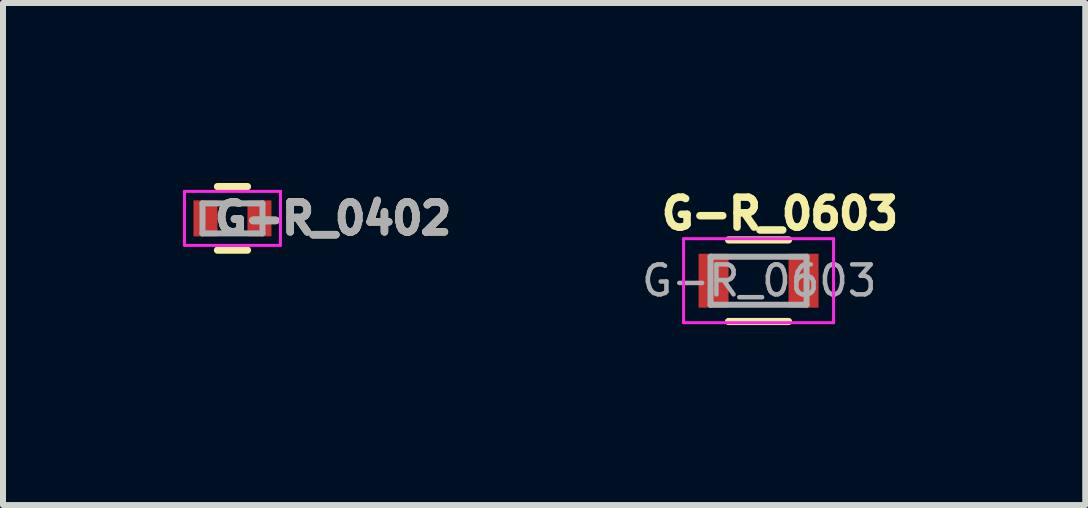
<source format=kicad_pcb>
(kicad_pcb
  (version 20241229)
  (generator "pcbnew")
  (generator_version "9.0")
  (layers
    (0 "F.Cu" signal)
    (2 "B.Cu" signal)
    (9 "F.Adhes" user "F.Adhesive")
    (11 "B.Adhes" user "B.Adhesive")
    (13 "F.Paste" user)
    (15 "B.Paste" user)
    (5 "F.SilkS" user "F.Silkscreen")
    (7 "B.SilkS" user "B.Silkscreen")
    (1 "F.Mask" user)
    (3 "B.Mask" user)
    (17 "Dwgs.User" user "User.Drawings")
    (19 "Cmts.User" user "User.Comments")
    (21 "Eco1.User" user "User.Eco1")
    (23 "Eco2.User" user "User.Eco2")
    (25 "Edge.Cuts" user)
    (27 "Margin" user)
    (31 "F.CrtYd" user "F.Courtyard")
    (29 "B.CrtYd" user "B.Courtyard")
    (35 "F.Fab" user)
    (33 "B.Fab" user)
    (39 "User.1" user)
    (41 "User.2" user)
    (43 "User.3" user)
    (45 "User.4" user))
  (footprint "G-R_0603"
    (layer "F.Cu")
    (at 9.594 1.629)
    (property "Reference" "G-R_0603" (at 0.356 -1.118 180) (layer "F.SilkS") (effects (font (size 0.5 0.5) (thickness 0.125))))
    (attr smd)
    (fp_line (start -0.5 -0.68) (end 0.5 -0.68) (stroke (width 0.12) (type solid)) (layer "F.SilkS"))
    (fp_line (start 0.5 0.68) (end -0.5 0.68) (stroke (width 0.12) (type solid)) (layer "F.SilkS"))
    (fp_line (start -1.25 -0.7) (end -1.25 0.7) (stroke (width 0.05) (type solid)) (layer "F.CrtYd"))
    (fp_line (start -1.25 -0.7) (end 1.25 -0.7) (stroke (width 0.05) (type solid)) (layer "F.CrtYd"))
    (fp_line (start 1.25 0.7) (end -1.25 0.7) (stroke (width 0.05) (type solid)) (layer "F.CrtYd"))
    (fp_line (start 1.25 0.7) (end 1.25 -0.7) (stroke (width 0.05) (type solid)) (layer "F.CrtYd"))
    (fp_line (start -0.8 -0.4) (end 0.8 -0.4) (stroke (width 0.1) (type solid)) (layer "F.Fab"))
    (fp_line (start -0.8 0.4) (end -0.8 -0.4) (stroke (width 0.1) (type solid)) (layer "F.Fab"))
    (fp_line (start 0.8 -0.4) (end 0.8 0.4) (stroke (width 0.1) (type solid)) (layer "F.Fab"))
    (fp_line (start 0.8 0.4) (end -0.8 0.4) (stroke (width 0.1) (type solid)) (layer "F.Fab"))
    (fp_text user "${REFERENCE}" (at 0.012 0 0) (layer "F.Fab") (effects (font (size 0.5 0.5) (thickness 0.075))))
    (pad "1" smd rect (at -0.75 0) (size 0.5 0.9) (layers "F.Cu" "F.Mask" "F.Paste"))
    (pad "2" smd rect (at 0.75 0) (size 0.5 0.9) (layers "F.Cu" "F.Mask" "F.Paste")))
  (footprint "G-R_0402"
    (layer "F.Cu")
    (at 0.825 0.59)
    (property "Reference" "G-R_0402" (at 1.676 0 0) (layer "F.SilkS") (effects (font (size 0.5 0.5) (thickness 0.125))))
    (attr smd)
    (fp_line (start -0.25 0.53) (end 0.25 0.53) (stroke (width 0.12) (type solid)) (layer "F.SilkS"))
    (fp_line (start 0.25 -0.53) (end -0.25 -0.53) (stroke (width 0.12) (type solid)) (layer "F.SilkS"))
    (fp_line (start -0.8 -0.45) (end -0.8 0.45) (stroke (width 0.05) (type solid)) (layer "F.CrtYd"))
    (fp_line (start -0.8 -0.45) (end 0.8 -0.45) (stroke (width 0.05) (type solid)) (layer "F.CrtYd"))
    (fp_line (start 0.8 0.45) (end -0.8 0.45) (stroke (width 0.05) (type solid)) (layer "F.CrtYd"))
    (fp_line (start 0.8 0.45) (end 0.8 -0.45) (stroke (width 0.05) (type solid)) (layer "F.CrtYd"))
    (fp_line (start -0.5 -0.25) (end 0.5 -0.25) (stroke (width 0.1) (type solid)) (layer "F.Fab"))
    (fp_line (start -0.5 0.25) (end -0.5 -0.25) (stroke (width 0.1) (type solid)) (layer "F.Fab"))
    (fp_line (start 0.5 -0.25) (end 0.5 0.25) (stroke (width 0.1) (type solid)) (layer "F.Fab"))
    (fp_line (start 0.5 0.25) (end -0.5 0.25) (stroke (width 0.1) (type solid)) (layer "F.Fab"))
    (fp_text user "${REFERENCE}" (at 1.676 0 0) (layer "F.Fab") (effects (font (size 0.5 0.5) (thickness 0.125))))
    (pad "1" smd rect (at -0.45 0) (size 0.4 0.6) (layers "F.Cu" "F.Mask" "F.Paste"))
    (pad "2" smd rect (at 0.45 0) (size 0.4 0.6) (layers "F.Cu" "F.Mask" "F.Paste")))
  (gr_rect
    (start -3 -3)
    (end 15.04 5.369)
    (stroke (width 0.1) (type default))
    (fill no)
    (layer "Edge.Cuts")))
</source>
